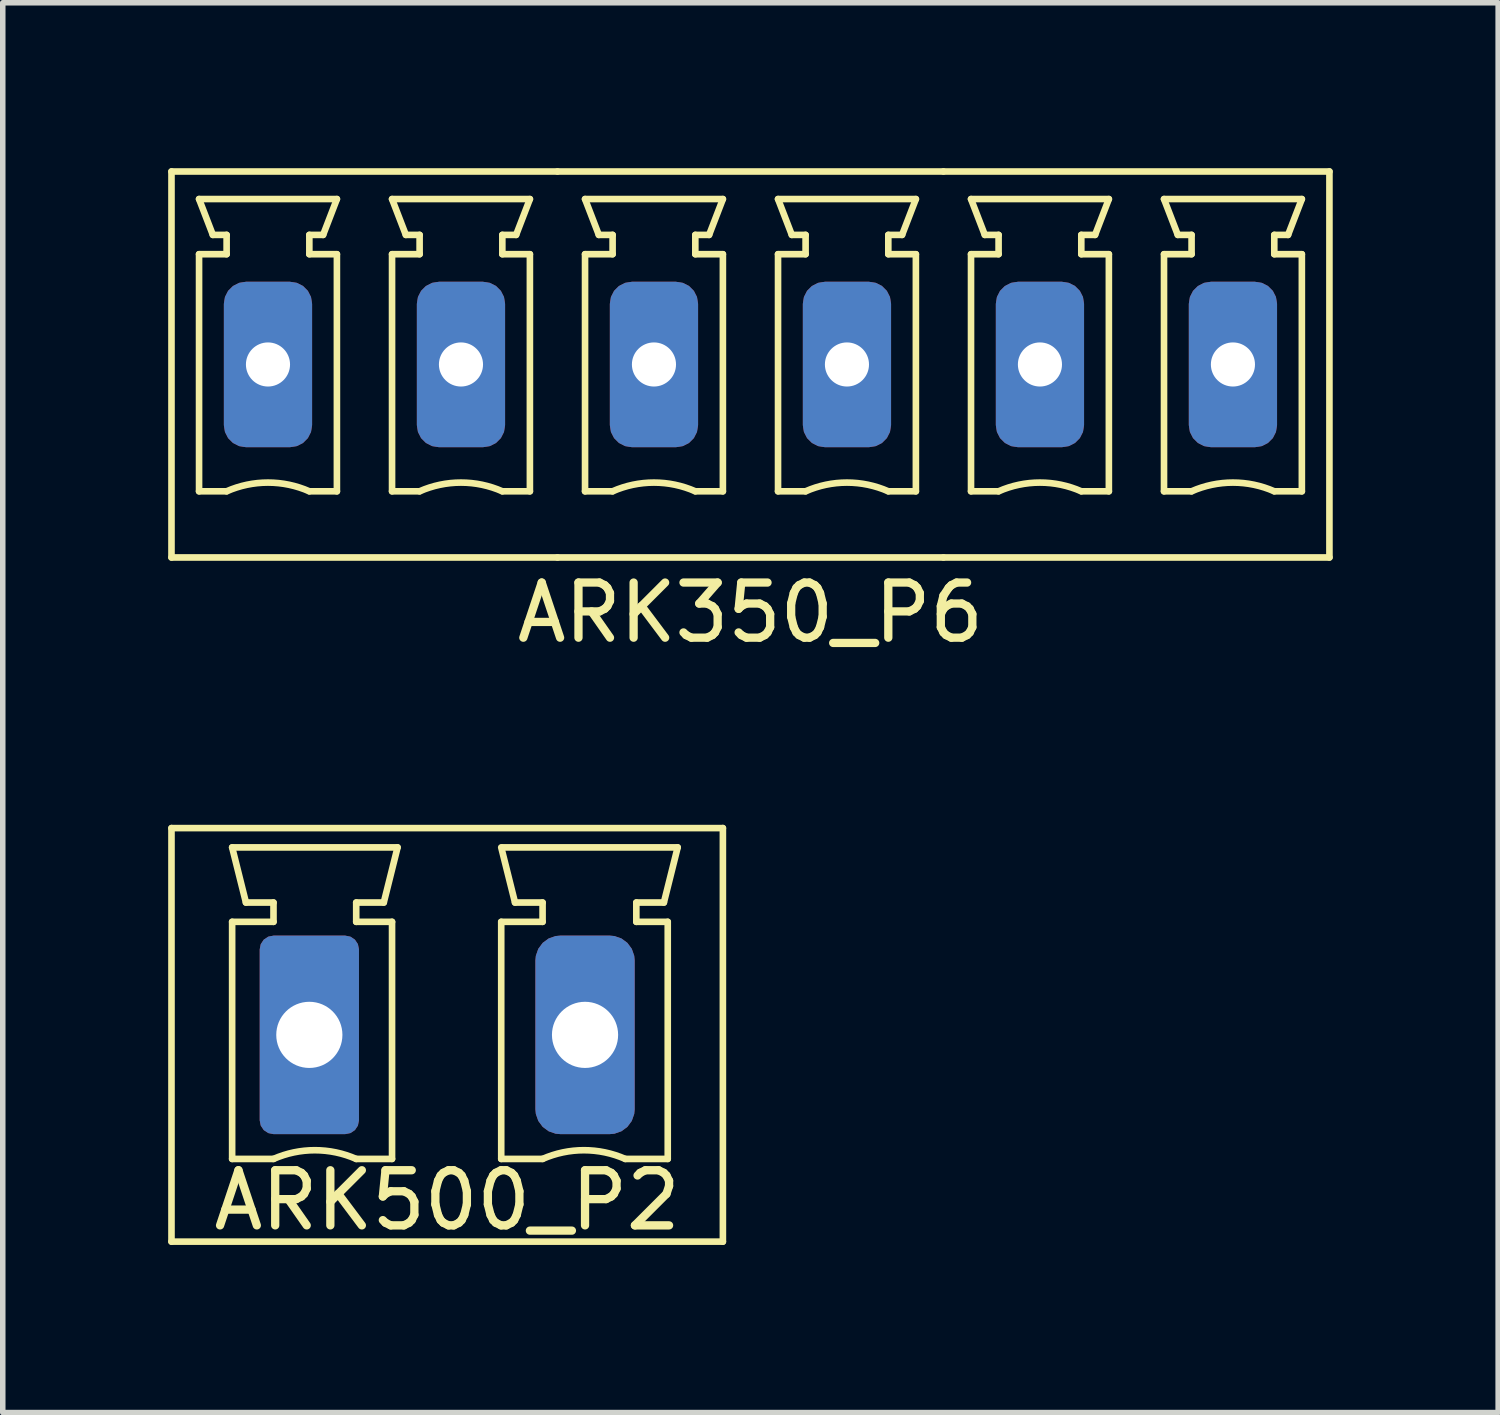
<source format=kicad_pcb>
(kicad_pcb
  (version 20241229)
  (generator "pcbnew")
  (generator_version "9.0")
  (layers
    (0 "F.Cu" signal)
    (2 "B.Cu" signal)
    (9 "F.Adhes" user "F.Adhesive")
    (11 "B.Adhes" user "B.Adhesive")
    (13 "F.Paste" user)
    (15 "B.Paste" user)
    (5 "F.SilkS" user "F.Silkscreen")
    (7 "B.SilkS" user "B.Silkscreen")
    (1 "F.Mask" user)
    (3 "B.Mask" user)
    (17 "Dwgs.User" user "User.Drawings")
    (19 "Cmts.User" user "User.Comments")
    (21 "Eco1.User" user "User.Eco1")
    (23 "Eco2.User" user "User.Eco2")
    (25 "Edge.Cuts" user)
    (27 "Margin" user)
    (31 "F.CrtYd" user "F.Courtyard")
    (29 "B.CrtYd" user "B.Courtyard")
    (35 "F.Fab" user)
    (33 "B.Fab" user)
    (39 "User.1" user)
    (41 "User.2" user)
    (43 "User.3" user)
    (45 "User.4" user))
  (footprint "ARK500_P2"
    (layer "F.Cu")
    (at 5.06 15.718)
    (property "Reference" "ARK500_P2" (at 0 3 0) (layer "F.SilkS") (effects (font (size 1 1) (thickness 0.15))))
    (attr through_hole)
    (fp_line (start -5 -3.75) (end -5 3.75) (stroke (width 0.12) (type solid)) (layer "F.SilkS"))
    (fp_line (start -5 3.75) (end 5 3.75) (stroke (width 0.12) (type solid)) (layer "F.SilkS"))
    (fp_line (start -3.9 -3.4) (end -0.9 -3.4) (stroke (width 0.12) (type solid)) (layer "F.SilkS"))
    (fp_line (start -3.9 -2.05) (end -3.15 -2.05) (stroke (width 0.12) (type solid)) (layer "F.SilkS"))
    (fp_line (start -3.9 2.25) (end -3.9 -2.05) (stroke (width 0.12) (type solid)) (layer "F.SilkS"))
    (fp_line (start -3.65 -2.4) (end -3.9 -3.4) (stroke (width 0.12) (type solid)) (layer "F.SilkS"))
    (fp_line (start -3.15 -2.4) (end -3.65 -2.4) (stroke (width 0.12) (type solid)) (layer "F.SilkS"))
    (fp_line (start -3.15 -2.05) (end -3.15 -2.4) (stroke (width 0.12) (type solid)) (layer "F.SilkS"))
    (fp_line (start -3.15 2.25) (end -3.9 2.25) (stroke (width 0.12) (type solid)) (layer "F.SilkS"))
    (fp_line (start -1.65 -2.4) (end -1.65 -2.05) (stroke (width 0.12) (type solid)) (layer "F.SilkS"))
    (fp_line (start -1.65 -2.05) (end -1 -2.05) (stroke (width 0.12) (type solid)) (layer "F.SilkS"))
    (fp_line (start -1.15 -2.4) (end -1.65 -2.4) (stroke (width 0.12) (type solid)) (layer "F.SilkS"))
    (fp_line (start -1 -2.05) (end -1 2.25) (stroke (width 0.12) (type solid)) (layer "F.SilkS"))
    (fp_line (start -1 2.25) (end -1.65 2.25) (stroke (width 0.12) (type solid)) (layer "F.SilkS"))
    (fp_line (start -0.9 -3.4) (end -1.15 -2.4) (stroke (width 0.12) (type solid)) (layer "F.SilkS"))
    (fp_line (start 0.98 -2.05) (end 1.73 -2.05) (stroke (width 0.12) (type solid)) (layer "F.SilkS"))
    (fp_line (start 0.98 2.25) (end 0.98 -2.05) (stroke (width 0.12) (type solid)) (layer "F.SilkS"))
    (fp_line (start 1 -3.4) (end 4.18 -3.4) (stroke (width 0.12) (type solid)) (layer "F.SilkS"))
    (fp_line (start 1.23 -2.4) (end 0.98 -3.4) (stroke (width 0.12) (type solid)) (layer "F.SilkS"))
    (fp_line (start 1.73 -2.4) (end 1.23 -2.4) (stroke (width 0.12) (type solid)) (layer "F.SilkS"))
    (fp_line (start 1.73 -2.05) (end 1.73 -2.4) (stroke (width 0.12) (type solid)) (layer "F.SilkS"))
    (fp_line (start 1.73 2.25) (end 0.98 2.25) (stroke (width 0.12) (type solid)) (layer "F.SilkS"))
    (fp_line (start 3.43 -2.4) (end 3.43 -2.05) (stroke (width 0.12) (type solid)) (layer "F.SilkS"))
    (fp_line (start 3.43 -2.05) (end 4 -2.05) (stroke (width 0.12) (type solid)) (layer "F.SilkS"))
    (fp_line (start 3.93 -2.4) (end 3.43 -2.4) (stroke (width 0.12) (type solid)) (layer "F.SilkS"))
    (fp_line (start 4 -2.05) (end 4 2.25) (stroke (width 0.12) (type solid)) (layer "F.SilkS"))
    (fp_line (start 4 2.25) (end 3.23 2.25) (stroke (width 0.12) (type solid)) (layer "F.SilkS"))
    (fp_line (start 4.18 -3.4) (end 3.93 -2.4) (stroke (width 0.12) (type solid)) (layer "F.SilkS"))
    (fp_line (start 5 -3.75) (end -5 -3.75) (stroke (width 0.12) (type solid)) (layer "F.SilkS"))
    (fp_line (start 5 3.75) (end 5 -3.75) (stroke (width 0.12) (type solid)) (layer "F.SilkS"))
    (fp_arc (start -3.15 2.25) (mid -2.400193 2.09191) (end -1.650353 2.249844) (stroke (width 0.12) (type solid)) (layer "F.SilkS"))
    (fp_arc (start 1.73 2.25) (mid 2.479807 2.09191) (end 3.229647 2.249844) (stroke (width 0.12) (type solid)) (layer "F.SilkS"))
    (pad "1" thru_hole roundrect (at -2.5 0) (size 1.8 3.6) (drill 1.2) (layers "*.Cu" "*.Mask") (roundrect_rratio 0.139))
    (pad "2" thru_hole roundrect (at 2.5 0) (size 1.8 3.6) (drill 1.2) (layers "*.Cu" "*.Mask") (roundrect_rratio 0.25)))
  (footprint "ARK350_P6"
    (layer "F.Cu")
    (at 10.56 3.56)
    (property "Reference" "ARK350_P6" (at 0 4.5 0) (layer "F.SilkS") (effects (font (size 1 1) (thickness 0.15))))
    (attr through_hole)
    (fp_line (start -10.5 -3.5) (end -10.5 3.5) (stroke (width 0.12) (type solid)) (layer "F.SilkS"))
    (fp_line (start -10.5 3.5) (end -3.5 3.5) (stroke (width 0.12) (type solid)) (layer "F.SilkS"))
    (fp_line (start -10 -3) (end -7.5 -3) (stroke (width 0.12) (type solid)) (layer "F.SilkS"))
    (fp_line (start -10 -2) (end -9.5 -2) (stroke (width 0.12) (type solid)) (layer "F.SilkS"))
    (fp_line (start -10 2.3) (end -10 -2) (stroke (width 0.12) (type solid)) (layer "F.SilkS"))
    (fp_line (start -9.75 -2.35) (end -10 -3) (stroke (width 0.12) (type solid)) (layer "F.SilkS"))
    (fp_line (start -9.5 -2.35) (end -9.75 -2.35) (stroke (width 0.12) (type solid)) (layer "F.SilkS"))
    (fp_line (start -9.5 -2) (end -9.5 -2.35) (stroke (width 0.12) (type solid)) (layer "F.SilkS"))
    (fp_line (start -9.5 2.3) (end -10 2.3) (stroke (width 0.12) (type solid)) (layer "F.SilkS"))
    (fp_line (start -8 -2.35) (end -8 -2) (stroke (width 0.12) (type solid)) (layer "F.SilkS"))
    (fp_line (start -8 -2) (end -7.5 -2) (stroke (width 0.12) (type solid)) (layer "F.SilkS"))
    (fp_line (start -7.75 -2.35) (end -8 -2.35) (stroke (width 0.12) (type solid)) (layer "F.SilkS"))
    (fp_line (start -7.5 -3) (end -7.75 -2.35) (stroke (width 0.12) (type solid)) (layer "F.SilkS"))
    (fp_line (start -7.5 -2) (end -7.5 2.3) (stroke (width 0.12) (type solid)) (layer "F.SilkS"))
    (fp_line (start -7.5 2.3) (end -8 2.3) (stroke (width 0.12) (type solid)) (layer "F.SilkS"))
    (fp_line (start -6.5 -3) (end -4 -3) (stroke (width 0.12) (type solid)) (layer "F.SilkS"))
    (fp_line (start -6.5 -2) (end -6 -2) (stroke (width 0.12) (type solid)) (layer "F.SilkS"))
    (fp_line (start -6.5 2.3) (end -6.5 -2) (stroke (width 0.12) (type solid)) (layer "F.SilkS"))
    (fp_line (start -6.25 -2.35) (end -6.5 -3) (stroke (width 0.12) (type solid)) (layer "F.SilkS"))
    (fp_line (start -6 -2.35) (end -6.25 -2.35) (stroke (width 0.12) (type solid)) (layer "F.SilkS"))
    (fp_line (start -6 -2) (end -6 -2.35) (stroke (width 0.12) (type solid)) (layer "F.SilkS"))
    (fp_line (start -6 2.3) (end -6.5 2.3) (stroke (width 0.12) (type solid)) (layer "F.SilkS"))
    (fp_line (start -4.5 -2.35) (end -4.5 -2) (stroke (width 0.12) (type solid)) (layer "F.SilkS"))
    (fp_line (start -4.5 -2) (end -4 -2) (stroke (width 0.12) (type solid)) (layer "F.SilkS"))
    (fp_line (start -4.25 -2.35) (end -4.5 -2.35) (stroke (width 0.12) (type solid)) (layer "F.SilkS"))
    (fp_line (start -4 -3) (end -4.25 -2.35) (stroke (width 0.12) (type solid)) (layer "F.SilkS"))
    (fp_line (start -4 -2) (end -4 2.3) (stroke (width 0.12) (type solid)) (layer "F.SilkS"))
    (fp_line (start -4 2.3) (end -4.5 2.3) (stroke (width 0.12) (type solid)) (layer "F.SilkS"))
    (fp_line (start -3.5 -3.5) (end -10.5 -3.5) (stroke (width 0.12) (type solid)) (layer "F.SilkS"))
    (fp_line (start -3.5 3.5) (end 3.5 3.5) (stroke (width 0.12) (type solid)) (layer "F.SilkS"))
    (fp_line (start -3 -3) (end -0.5 -3) (stroke (width 0.12) (type solid)) (layer "F.SilkS"))
    (fp_line (start -3 -2) (end -2.5 -2) (stroke (width 0.12) (type solid)) (layer "F.SilkS"))
    (fp_line (start -3 2.3) (end -3 -2) (stroke (width 0.12) (type solid)) (layer "F.SilkS"))
    (fp_line (start -2.75 -2.35) (end -3 -3) (stroke (width 0.12) (type solid)) (layer "F.SilkS"))
    (fp_line (start -2.5 -2.35) (end -2.75 -2.35) (stroke (width 0.12) (type solid)) (layer "F.SilkS"))
    (fp_line (start -2.5 -2) (end -2.5 -2.35) (stroke (width 0.12) (type solid)) (layer "F.SilkS"))
    (fp_line (start -2.5 2.3) (end -3 2.3) (stroke (width 0.12) (type solid)) (layer "F.SilkS"))
    (fp_line (start -1 -2.35) (end -1 -2) (stroke (width 0.12) (type solid)) (layer "F.SilkS"))
    (fp_line (start -1 -2) (end -0.5 -2) (stroke (width 0.12) (type solid)) (layer "F.SilkS"))
    (fp_line (start -0.75 -2.35) (end -1 -2.35) (stroke (width 0.12) (type solid)) (layer "F.SilkS"))
    (fp_line (start -0.5 -3) (end -0.75 -2.35) (stroke (width 0.12) (type solid)) (layer "F.SilkS"))
    (fp_line (start -0.5 -2) (end -0.5 2.3) (stroke (width 0.12) (type solid)) (layer "F.SilkS"))
    (fp_line (start -0.5 2.3) (end -1 2.3) (stroke (width 0.12) (type solid)) (layer "F.SilkS"))
    (fp_line (start 0.5 -3) (end 3 -3) (stroke (width 0.12) (type solid)) (layer "F.SilkS"))
    (fp_line (start 0.5 -2) (end 1 -2) (stroke (width 0.12) (type solid)) (layer "F.SilkS"))
    (fp_line (start 0.5 2.3) (end 0.5 -2) (stroke (width 0.12) (type solid)) (layer "F.SilkS"))
    (fp_line (start 0.75 -2.35) (end 0.5 -3) (stroke (width 0.12) (type solid)) (layer "F.SilkS"))
    (fp_line (start 1 -2.35) (end 0.75 -2.35) (stroke (width 0.12) (type solid)) (layer "F.SilkS"))
    (fp_line (start 1 -2) (end 1 -2.35) (stroke (width 0.12) (type solid)) (layer "F.SilkS"))
    (fp_line (start 1 2.3) (end 0.5 2.3) (stroke (width 0.12) (type solid)) (layer "F.SilkS"))
    (fp_line (start 2.5 -2.35) (end 2.5 -2) (stroke (width 0.12) (type solid)) (layer "F.SilkS"))
    (fp_line (start 2.5 -2) (end 3 -2) (stroke (width 0.12) (type solid)) (layer "F.SilkS"))
    (fp_line (start 2.75 -2.35) (end 2.5 -2.35) (stroke (width 0.12) (type solid)) (layer "F.SilkS"))
    (fp_line (start 3 -3) (end 2.75 -2.35) (stroke (width 0.12) (type solid)) (layer "F.SilkS"))
    (fp_line (start 3 -2) (end 3 2.3) (stroke (width 0.12) (type solid)) (layer "F.SilkS"))
    (fp_line (start 3 2.3) (end 2.5 2.3) (stroke (width 0.12) (type solid)) (layer "F.SilkS"))
    (fp_line (start 3.5 -3.5) (end -3.5 -3.5) (stroke (width 0.12) (type solid)) (layer "F.SilkS"))
    (fp_line (start 3.5 3.5) (end 10.5 3.5) (stroke (width 0.12) (type solid)) (layer "F.SilkS"))
    (fp_line (start 4 -3) (end 6.5 -3) (stroke (width 0.12) (type solid)) (layer "F.SilkS"))
    (fp_line (start 4 -2) (end 4.5 -2) (stroke (width 0.12) (type solid)) (layer "F.SilkS"))
    (fp_line (start 4 2.3) (end 4 -2) (stroke (width 0.12) (type solid)) (layer "F.SilkS"))
    (fp_line (start 4.25 -2.35) (end 4 -3) (stroke (width 0.12) (type solid)) (layer "F.SilkS"))
    (fp_line (start 4.5 -2.35) (end 4.25 -2.35) (stroke (width 0.12) (type solid)) (layer "F.SilkS"))
    (fp_line (start 4.5 -2) (end 4.5 -2.35) (stroke (width 0.12) (type solid)) (layer "F.SilkS"))
    (fp_line (start 4.5 2.3) (end 4 2.3) (stroke (width 0.12) (type solid)) (layer "F.SilkS"))
    (fp_line (start 6 -2.35) (end 6 -2) (stroke (width 0.12) (type solid)) (layer "F.SilkS"))
    (fp_line (start 6 -2) (end 6.5 -2) (stroke (width 0.12) (type solid)) (layer "F.SilkS"))
    (fp_line (start 6.25 -2.35) (end 6 -2.35) (stroke (width 0.12) (type solid)) (layer "F.SilkS"))
    (fp_line (start 6.5 -3) (end 6.25 -2.35) (stroke (width 0.12) (type solid)) (layer "F.SilkS"))
    (fp_line (start 6.5 -2) (end 6.5 2.3) (stroke (width 0.12) (type solid)) (layer "F.SilkS"))
    (fp_line (start 6.5 2.3) (end 6 2.3) (stroke (width 0.12) (type solid)) (layer "F.SilkS"))
    (fp_line (start 7.5 -3) (end 10 -3) (stroke (width 0.12) (type solid)) (layer "F.SilkS"))
    (fp_line (start 7.5 -2) (end 8 -2) (stroke (width 0.12) (type solid)) (layer "F.SilkS"))
    (fp_line (start 7.5 2.3) (end 7.5 -2) (stroke (width 0.12) (type solid)) (layer "F.SilkS"))
    (fp_line (start 7.75 -2.35) (end 7.5 -3) (stroke (width 0.12) (type solid)) (layer "F.SilkS"))
    (fp_line (start 8 -2.35) (end 7.75 -2.35) (stroke (width 0.12) (type solid)) (layer "F.SilkS"))
    (fp_line (start 8 -2) (end 8 -2.35) (stroke (width 0.12) (type solid)) (layer "F.SilkS"))
    (fp_line (start 8 2.3) (end 7.5 2.3) (stroke (width 0.12) (type solid)) (layer "F.SilkS"))
    (fp_line (start 9.5 -2.35) (end 9.5 -2) (stroke (width 0.12) (type solid)) (layer "F.SilkS"))
    (fp_line (start 9.5 -2) (end 10 -2) (stroke (width 0.12) (type solid)) (layer "F.SilkS"))
    (fp_line (start 9.75 -2.35) (end 9.5 -2.35) (stroke (width 0.12) (type solid)) (layer "F.SilkS"))
    (fp_line (start 10 -3) (end 9.75 -2.35) (stroke (width 0.12) (type solid)) (layer "F.SilkS"))
    (fp_line (start 10 -2) (end 10 2.3) (stroke (width 0.12) (type solid)) (layer "F.SilkS"))
    (fp_line (start 10 2.3) (end 9.5 2.3) (stroke (width 0.12) (type solid)) (layer "F.SilkS"))
    (fp_line (start 10.5 -3.5) (end 3.5 -3.5) (stroke (width 0.12) (type solid)) (layer "F.SilkS"))
    (fp_line (start 10.5 3.5) (end 10.5 -3.5) (stroke (width 0.12) (type solid)) (layer "F.SilkS"))
    (fp_arc (start -9.5 2.3) (mid -8.750193 2.14191) (end -8.000353 2.299844) (stroke (width 0.12) (type solid)) (layer "F.SilkS"))
    (fp_arc (start -6 2.3) (mid -5.250193 2.14191) (end -4.500353 2.299844) (stroke (width 0.12) (type solid)) (layer "F.SilkS"))
    (fp_arc (start -2.5 2.3) (mid -1.750193 2.14191) (end -1.000353 2.299844) (stroke (width 0.12) (type solid)) (layer "F.SilkS"))
    (fp_arc (start 1 2.3) (mid 1.749807 2.14191) (end 2.499647 2.299844) (stroke (width 0.12) (type solid)) (layer "F.SilkS"))
    (fp_arc (start 4.5 2.3) (mid 5.249807 2.14191) (end 5.999647 2.299844) (stroke (width 0.12) (type solid)) (layer "F.SilkS"))
    (fp_arc (start 8 2.3) (mid 8.749807 2.14191) (end 9.499647 2.299844) (stroke (width 0.12) (type solid)) (layer "F.SilkS"))
    (pad "1" thru_hole roundrect (at -8.75 0) (size 1.6 3) (drill 0.8) (layers "*.Cu" "*.Mask") (roundrect_rratio 0.25))
    (pad "2" thru_hole roundrect (at -5.25 0) (size 1.6 3) (drill 0.8) (layers "*.Cu" "*.Mask") (roundrect_rratio 0.25))
    (pad "3" thru_hole roundrect (at -1.75 0) (size 1.6 3) (drill 0.8) (layers "*.Cu" "*.Mask") (roundrect_rratio 0.25))
    (pad "4" thru_hole roundrect (at 1.75 0) (size 1.6 3) (drill 0.8) (layers "*.Cu" "*.Mask") (roundrect_rratio 0.25))
    (pad "5" thru_hole roundrect (at 5.25 0) (size 1.6 3) (drill 0.8) (layers "*.Cu" "*.Mask") (roundrect_rratio 0.25))
    (pad "6" thru_hole roundrect (at 8.75 0) (size 1.6 3) (drill 0.8) (layers "*.Cu" "*.Mask") (roundrect_rratio 0.25)))
  (gr_rect
    (start -3 -3)
    (end 24.12 22.567)
    (stroke (width 0.1) (type default))
    (fill no)
    (layer "Edge.Cuts")))
</source>
